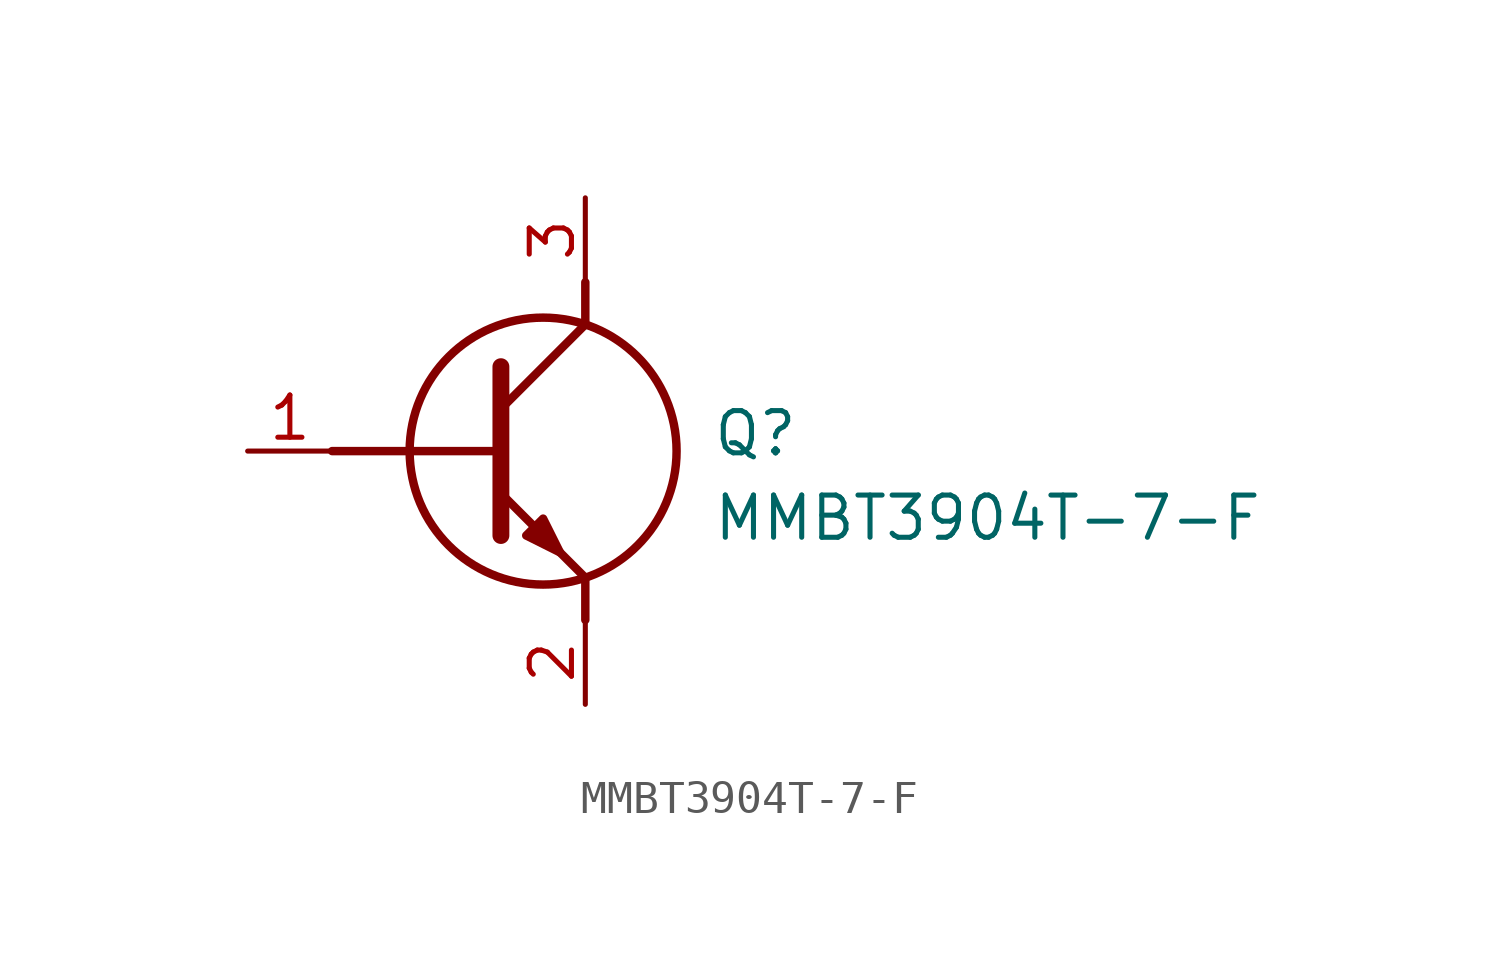
<source format=kicad_sym>
(kicad_symbol_lib
  (version 20211014)
  (generator SamacSys_ECAD_Model)
  (symbol "MMBT3904T-7-F"
    (pin_names hide)
    (property "Reference" "Q"
      (at 13.97 1.27 0)
      (effects (font (size 1.27 1.27)) (justify left top)))
    (property "Value" "MMBT3904T-7-F"
      (at 13.97 -1.27 0)
      (effects (font (size 1.27 1.27)) (justify left top)))
    (polyline
      (pts (xy 7.62 2.54) (xy 7.62 -2.54))
      (stroke (width 0.508) (type default))
      (fill (type none)))
    (polyline
      (pts (xy 7.62 1.27) (xy 10.16 3.81))
      (stroke (width 0.254) (type default))
      (fill (type none)))
    (polyline
      (pts (xy 7.62 -1.27) (xy 10.16 -3.81))
      (stroke (width 0.254) (type default))
      (fill (type none)))
    (polyline
      (pts (xy 10.16 -3.81) (xy 10.16 -5.08))
      (stroke (width 0.254) (type default))
      (fill (type none)))
    (polyline
      (pts (xy 10.16 3.81) (xy 10.16 5.08))
      (stroke (width 0.254) (type default))
      (fill (type none)))
    (polyline
      (pts (xy 2.54 0) (xy 7.62 0))
      (stroke (width 0.254) (type default))
      (fill (type none)))
    (circle
      (center 8.89 0)
      (radius 4.016)
      (stroke (width 0.254) (type default))
      (fill (type none)))
    (polyline
      (pts (xy 8.382 -2.54) (xy 8.89 -2.032) (xy 9.398 -3.048) (xy 8.382 -2.54))
      (stroke (width 0.254) (type default))
      (fill (type outline)))
    (pin passive line
      (at 0 0 0)
      (length 2.54)
      (name "B" (effects (font (size 1.27 1.27))))
      (number "1" (effects (font (size 1.27 1.27)))))
    (pin passive line
      (at 10.16 -7.62 90)
      (length 2.54)
      (name "E" (effects (font (size 1.27 1.27))))
      (number "2" (effects (font (size 1.27 1.27)))))
    (pin passive line
      (at 10.16 7.62 270)
      (length 2.54)
      (name "C" (effects (font (size 1.27 1.27))))
      (number "3" (effects (font (size 1.27 1.27)))))))
</source>
